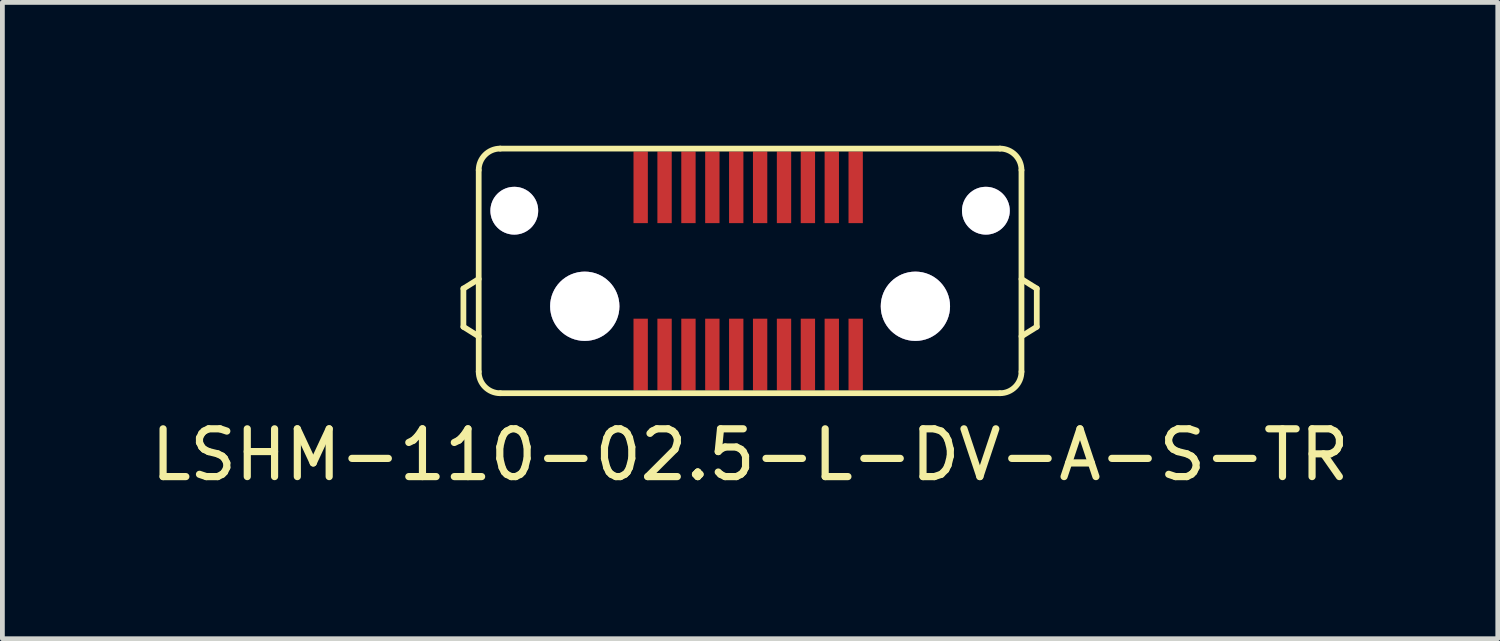
<source format=kicad_pcb>
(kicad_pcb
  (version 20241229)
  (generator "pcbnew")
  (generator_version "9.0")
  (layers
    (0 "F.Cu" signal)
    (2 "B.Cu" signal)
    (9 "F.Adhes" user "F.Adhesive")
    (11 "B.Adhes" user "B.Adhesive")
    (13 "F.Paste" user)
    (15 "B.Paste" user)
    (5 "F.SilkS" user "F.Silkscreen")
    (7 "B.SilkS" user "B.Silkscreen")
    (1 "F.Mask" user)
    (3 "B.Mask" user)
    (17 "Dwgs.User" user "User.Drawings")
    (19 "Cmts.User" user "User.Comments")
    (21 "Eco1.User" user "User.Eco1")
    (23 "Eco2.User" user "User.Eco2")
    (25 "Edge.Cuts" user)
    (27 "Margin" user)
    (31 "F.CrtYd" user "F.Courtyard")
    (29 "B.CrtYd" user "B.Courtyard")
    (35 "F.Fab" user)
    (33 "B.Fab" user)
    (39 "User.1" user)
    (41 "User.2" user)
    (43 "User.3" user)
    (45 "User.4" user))
  (footprint "LSHM-110-02.5-L-DV-A-S-TR"
    (layer "F.Cu")
    (at 12.649 2.62)
    (property "Reference" "LSHM-110-02.5-L-DV-A-S-TR" (at 0 3.85 0) (layer "F.SilkS") (effects (font (size 1 1) (thickness 0.15))))
    (attr through_hole)
    (fp_line (start -6 0.37) (end -6 1.17) (stroke (width 0.12) (type solid)) (layer "F.SilkS"))
    (fp_line (start -6 0.37) (end -5.68 0.17) (stroke (width 0.12) (type solid)) (layer "F.SilkS"))
    (fp_line (start -6 1.17) (end -5.68 1.37) (stroke (width 0.12) (type solid)) (layer "F.SilkS"))
    (fp_line (start -5.68 -2.11) (end -5.68 2.11) (stroke (width 0.12) (type solid)) (layer "F.SilkS"))
    (fp_line (start -5.23 -2.56) (end 5.23 -2.56) (stroke (width 0.12) (type solid)) (layer "F.SilkS"))
    (fp_line (start -5.23 2.56) (end 5.23 2.56) (stroke (width 0.12) (type solid)) (layer "F.SilkS"))
    (fp_line (start 5.68 2.11) (end 5.68 -2.11) (stroke (width 0.12) (type solid)) (layer "F.SilkS"))
    (fp_line (start 6 0.37) (end 5.68 0.17) (stroke (width 0.12) (type solid)) (layer "F.SilkS"))
    (fp_line (start 6 0.37) (end 6 1.17) (stroke (width 0.12) (type solid)) (layer "F.SilkS"))
    (fp_line (start 6 1.17) (end 5.68 1.37) (stroke (width 0.12) (type solid)) (layer "F.SilkS"))
    (fp_arc (start -5.68 -2.11) (mid -5.548198 -2.428198) (end -5.23 -2.56) (stroke (width 0.12) (type solid)) (layer "F.SilkS"))
    (fp_arc (start -5.23 2.56) (mid -5.548198 2.428198) (end -5.68 2.11) (stroke (width 0.12) (type solid)) (layer "F.SilkS"))
    (fp_arc (start 5.23 -2.56) (mid 5.548198 -2.428198) (end 5.68 -2.11) (stroke (width 0.12) (type solid)) (layer "F.SilkS"))
    (fp_arc (start 5.68 2.11) (mid 5.548198 2.428198) (end 5.23 2.56) (stroke (width 0.12) (type solid)) (layer "F.SilkS"))
    (pad "1" smd rect (at 2.21 1.75) (size 0.3 1.5) (layers "F.Cu" "F.Mask" "F.Paste"))
    (pad "2" smd rect (at 2.21 -1.75) (size 0.3 1.5) (layers "F.Cu" "F.Mask" "F.Paste"))
    (pad "3" smd rect (at 1.71 1.75) (size 0.3 1.5) (layers "F.Cu" "F.Mask" "F.Paste"))
    (pad "4" smd rect (at 1.71 -1.75) (size 0.3 1.5) (layers "F.Cu" "F.Mask" "F.Paste"))
    (pad "5" smd rect (at 1.21 1.75) (size 0.3 1.5) (layers "F.Cu" "F.Mask" "F.Paste"))
    (pad "6" smd rect (at 1.21 -1.75) (size 0.3 1.5) (layers "F.Cu" "F.Mask" "F.Paste"))
    (pad "7" smd rect (at 0.71 1.75) (size 0.3 1.5) (layers "F.Cu" "F.Mask" "F.Paste"))
    (pad "8" smd rect (at 0.71 -1.75) (size 0.3 1.5) (layers "F.Cu" "F.Mask" "F.Paste"))
    (pad "9" smd rect (at 0.21 1.75) (size 0.3 1.5) (layers "F.Cu" "F.Mask" "F.Paste"))
    (pad "10" smd rect (at 0.21 -1.75) (size 0.3 1.5) (layers "F.Cu" "F.Mask" "F.Paste"))
    (pad "11" smd rect (at -0.29 1.75) (size 0.3 1.5) (layers "F.Cu" "F.Mask" "F.Paste"))
    (pad "12" smd rect (at -0.29 -1.75) (size 0.3 1.5) (layers "F.Cu" "F.Mask" "F.Paste"))
    (pad "13" smd rect (at -0.79 1.75) (size 0.3 1.5) (layers "F.Cu" "F.Mask" "F.Paste"))
    (pad "14" smd rect (at -0.79 -1.75) (size 0.3 1.5) (layers "F.Cu" "F.Mask" "F.Paste"))
    (pad "15" smd rect (at -1.29 1.75) (size 0.3 1.5) (layers "F.Cu" "F.Mask" "F.Paste"))
    (pad "16" smd rect (at -1.29 -1.75) (size 0.3 1.5) (layers "F.Cu" "F.Mask" "F.Paste"))
    (pad "17" smd rect (at -1.79 1.75) (size 0.3 1.5) (layers "F.Cu" "F.Mask" "F.Paste"))
    (pad "18" smd rect (at -1.79 -1.75) (size 0.3 1.5) (layers "F.Cu" "F.Mask" "F.Paste"))
    (pad "19" smd rect (at -2.29 1.75) (size 0.3 1.5) (layers "F.Cu" "F.Mask" "F.Paste"))
    (pad "20" smd rect (at -2.29 -1.75) (size 0.3 1.5) (layers "F.Cu" "F.Mask" "F.Paste"))
    (pad "41" thru_hole circle (at -4.935 -1.26) (size 1 1) (drill 1) (layers "*.Cu" "*.Mask"))
    (pad "41" thru_hole circle (at -3.46 0.74) (size 1.45 1.45) (drill 1.45) (layers "*.Cu" "*.Mask"))
    (pad "41" thru_hole circle (at 3.46 0.74) (size 1.45 1.45) (drill 1.45) (layers "*.Cu" "*.Mask"))
    (pad "41" thru_hole circle (at 4.935 -1.26) (size 1 1) (drill 1) (layers "*.Cu" "*.Mask")))
  (gr_rect
    (start -3 -3)
    (end 28.298 10.318)
    (stroke (width 0.1) (type default))
    (fill no)
    (layer "Edge.Cuts")))
</source>
